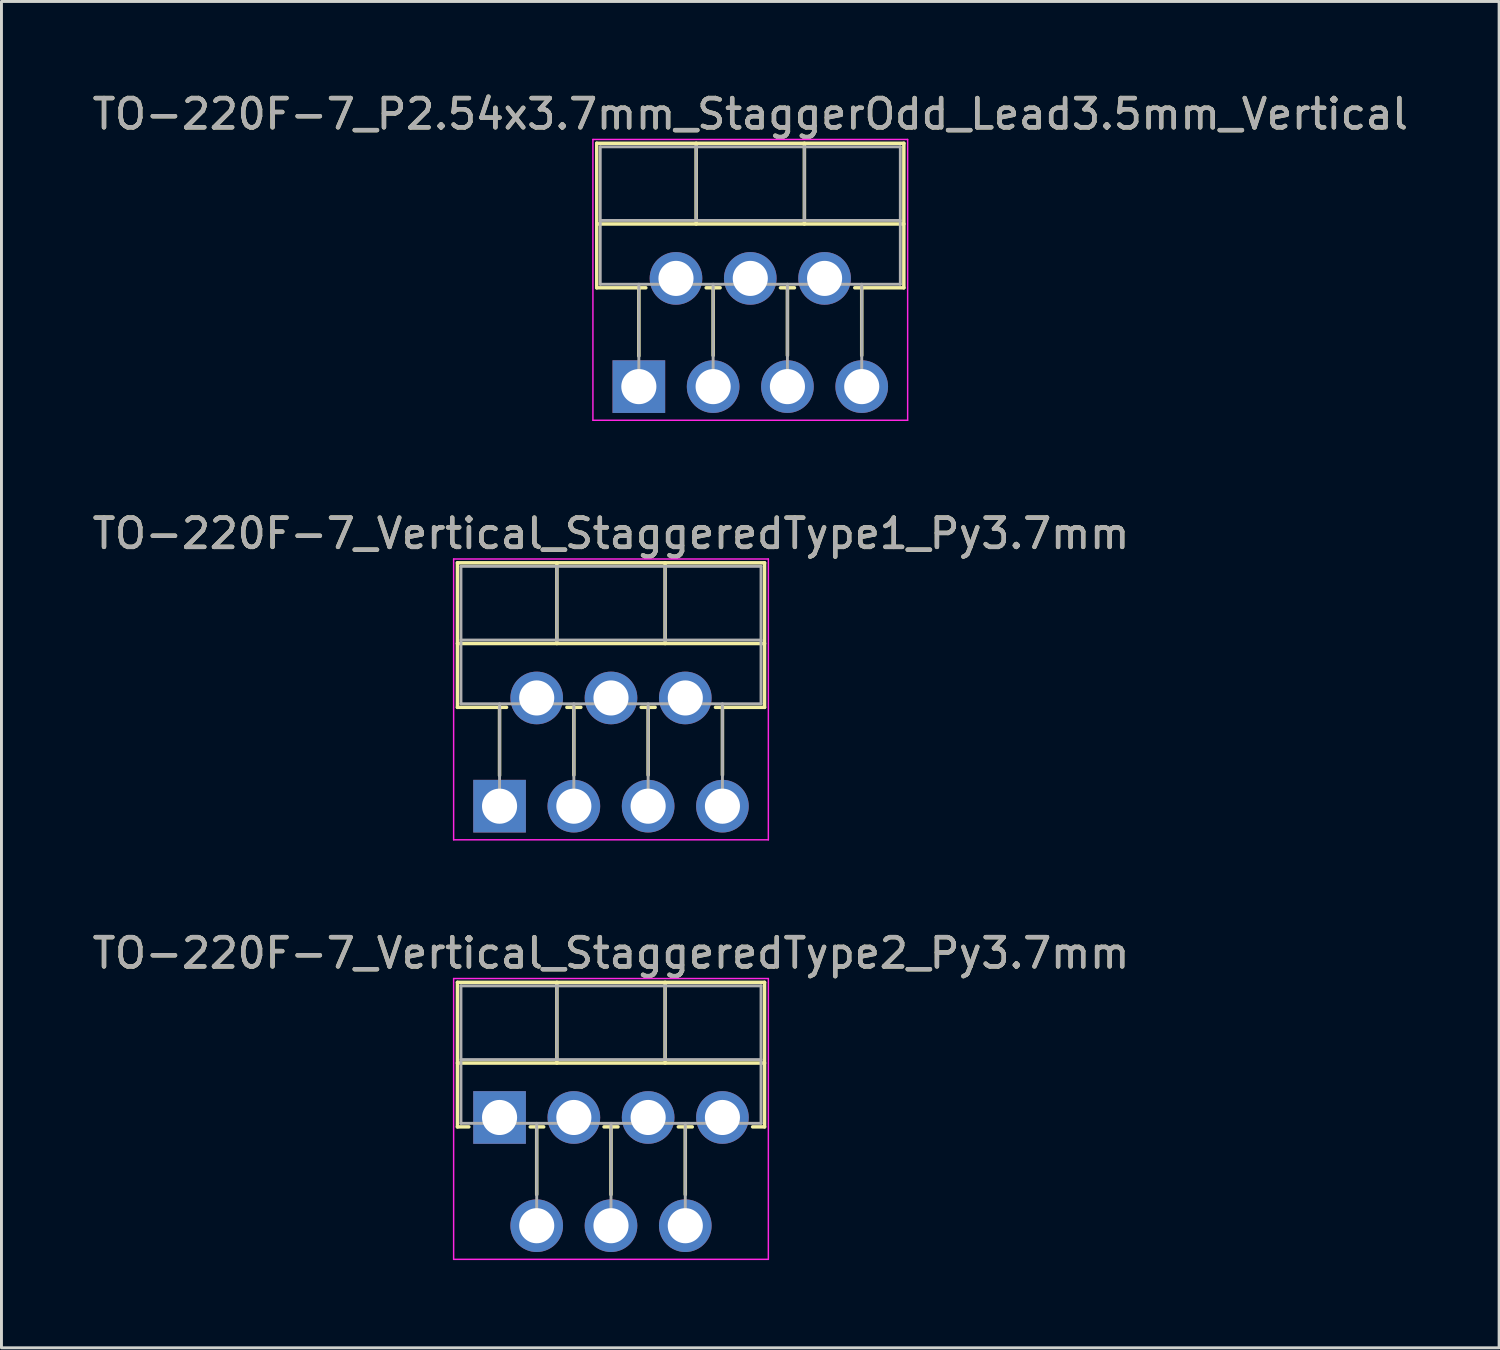
<source format=kicad_pcb>
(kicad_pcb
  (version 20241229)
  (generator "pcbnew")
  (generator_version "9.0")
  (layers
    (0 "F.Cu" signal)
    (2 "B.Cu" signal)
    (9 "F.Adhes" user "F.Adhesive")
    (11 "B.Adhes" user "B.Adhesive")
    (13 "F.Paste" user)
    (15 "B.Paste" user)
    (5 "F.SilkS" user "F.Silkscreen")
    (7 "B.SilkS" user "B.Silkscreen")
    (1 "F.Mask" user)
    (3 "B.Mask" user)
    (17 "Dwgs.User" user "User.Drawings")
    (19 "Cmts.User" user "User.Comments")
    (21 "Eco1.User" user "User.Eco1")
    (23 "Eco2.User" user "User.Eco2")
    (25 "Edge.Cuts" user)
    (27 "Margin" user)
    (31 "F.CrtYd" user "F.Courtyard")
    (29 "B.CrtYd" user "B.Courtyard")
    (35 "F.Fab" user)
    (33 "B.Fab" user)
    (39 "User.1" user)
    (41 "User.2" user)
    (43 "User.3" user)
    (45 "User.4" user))
  (footprint "TO-220F-7_Vertical_StaggeredType2_Py3.7mm"
    (layer "F.Cu")
    (at 14.029 35.155)
    (property "Reference" "TO-220F-7_Vertical_StaggeredType2_Py3.7mm" (at 3.81 -5.62 0) (layer "F.SilkS") (effects (font (size 1 1) (thickness 0.15))))
    (attr through_hole)
    (fp_line (start -1.44 -4.62) (end -1.44 0.321) (stroke (width 0.12) (type solid)) (layer "F.SilkS"))
    (fp_line (start -1.44 -4.62) (end 9.06 -4.62) (stroke (width 0.12) (type solid)) (layer "F.SilkS"))
    (fp_line (start -1.44 -1.861) (end 9.06 -1.861) (stroke (width 0.12) (type solid)) (layer "F.SilkS"))
    (fp_line (start -1.44 0.321) (end -1.05 0.321) (stroke (width 0.12) (type solid)) (layer "F.SilkS"))
    (fp_line (start 1.05 0.321) (end 1.509 0.321) (stroke (width 0.12) (type solid)) (layer "F.SilkS"))
    (fp_line (start 1.27 0.321) (end 1.27 2.635) (stroke (width 0.12) (type solid)) (layer "F.SilkS"))
    (fp_line (start 1.96 -4.62) (end 1.96 -1.861) (stroke (width 0.12) (type solid)) (layer "F.SilkS"))
    (fp_line (start 3.572 0.321) (end 4.049 0.321) (stroke (width 0.12) (type solid)) (layer "F.SilkS"))
    (fp_line (start 3.81 0.321) (end 3.81 2.635) (stroke (width 0.12) (type solid)) (layer "F.SilkS"))
    (fp_line (start 5.66 -4.62) (end 5.66 -1.861) (stroke (width 0.12) (type solid)) (layer "F.SilkS"))
    (fp_line (start 6.112 0.321) (end 6.589 0.321) (stroke (width 0.12) (type solid)) (layer "F.SilkS"))
    (fp_line (start 6.35 0.321) (end 6.35 2.635) (stroke (width 0.12) (type solid)) (layer "F.SilkS"))
    (fp_line (start 8.652 0.321) (end 9.06 0.321) (stroke (width 0.12) (type solid)) (layer "F.SilkS"))
    (fp_line (start 9.06 -4.62) (end 9.06 0.321) (stroke (width 0.12) (type solid)) (layer "F.SilkS"))
    (fp_line (start -1.57 -4.75) (end -1.57 4.85) (stroke (width 0.05) (type solid)) (layer "F.CrtYd"))
    (fp_line (start -1.57 4.85) (end 9.19 4.85) (stroke (width 0.05) (type solid)) (layer "F.CrtYd"))
    (fp_line (start 9.19 -4.75) (end -1.57 -4.75) (stroke (width 0.05) (type solid)) (layer "F.CrtYd"))
    (fp_line (start 9.19 4.85) (end 9.19 -4.75) (stroke (width 0.05) (type solid)) (layer "F.CrtYd"))
    (fp_line (start -1.32 -4.5) (end -1.32 0.2) (stroke (width 0.1) (type solid)) (layer "F.Fab"))
    (fp_line (start -1.32 -1.98) (end 8.94 -1.98) (stroke (width 0.1) (type solid)) (layer "F.Fab"))
    (fp_line (start -1.32 0.2) (end 8.94 0.2) (stroke (width 0.1) (type solid)) (layer "F.Fab"))
    (fp_line (start 1.27 0.2) (end 1.27 3.7) (stroke (width 0.1) (type solid)) (layer "F.Fab"))
    (fp_line (start 1.96 -4.5) (end 1.96 -1.98) (stroke (width 0.1) (type solid)) (layer "F.Fab"))
    (fp_line (start 3.81 0.2) (end 3.81 3.7) (stroke (width 0.1) (type solid)) (layer "F.Fab"))
    (fp_line (start 5.66 -4.5) (end 5.66 -1.98) (stroke (width 0.1) (type solid)) (layer "F.Fab"))
    (fp_line (start 6.35 0.2) (end 6.35 3.7) (stroke (width 0.1) (type solid)) (layer "F.Fab"))
    (fp_line (start 8.94 -4.5) (end -1.32 -4.5) (stroke (width 0.1) (type solid)) (layer "F.Fab"))
    (fp_line (start 8.94 0.2) (end 8.94 -4.5) (stroke (width 0.1) (type solid)) (layer "F.Fab"))
    (fp_text user "${REFERENCE}" (at 3.81 -5.62 0) (layer "F.Fab") (effects (font (size 1 1) (thickness 0.15))))
    (pad "1" thru_hole rect (at 0 0) (size 1.8 1.8) (drill 1.2) (layers "*.Cu" "*.Mask"))
    (pad "2" thru_hole oval (at 1.27 3.7) (size 1.8 1.8) (drill 1.2) (layers "*.Cu" "*.Mask"))
    (pad "3" thru_hole oval (at 2.54 0) (size 1.8 1.8) (drill 1.2) (layers "*.Cu" "*.Mask"))
    (pad "4" thru_hole oval (at 3.81 3.7) (size 1.8 1.8) (drill 1.2) (layers "*.Cu" "*.Mask"))
    (pad "5" thru_hole oval (at 5.08 0) (size 1.8 1.8) (drill 1.2) (layers "*.Cu" "*.Mask"))
    (pad "6" thru_hole oval (at 6.35 3.7) (size 1.8 1.8) (drill 1.2) (layers "*.Cu" "*.Mask"))
    (pad "7" thru_hole oval (at 7.62 0) (size 1.8 1.8) (drill 1.2) (layers "*.Cu" "*.Mask")))
  (footprint "TO-220F-7_P2.54x3.7mm_StaggerOdd_Lead3.5mm_Vertical"
    (layer "F.Cu")
    (at 18.791 10.168)
    (property "Reference" "TO-220F-7_P2.54x3.7mm_StaggerOdd_Lead3.5mm_Vertical" (at 3.81 -9.32 0) (layer "F.SilkS") (effects (font (size 1 1) (thickness 0.15))))
    (attr through_hole)
    (fp_line (start -1.44 -8.32) (end -1.44 -3.379) (stroke (width 0.12) (type solid)) (layer "F.SilkS"))
    (fp_line (start -1.44 -8.32) (end 9.06 -8.32) (stroke (width 0.12) (type solid)) (layer "F.SilkS"))
    (fp_line (start -1.44 -5.561) (end 9.06 -5.561) (stroke (width 0.12) (type solid)) (layer "F.SilkS"))
    (fp_line (start -1.44 -3.379) (end 0.239 -3.379) (stroke (width 0.12) (type solid)) (layer "F.SilkS"))
    (fp_line (start 0 -3.379) (end 0 -1.049) (stroke (width 0.12) (type solid)) (layer "F.SilkS"))
    (fp_line (start 1.96 -8.32) (end 1.96 -5.561) (stroke (width 0.12) (type solid)) (layer "F.SilkS"))
    (fp_line (start 2.302 -3.379) (end 2.779 -3.379) (stroke (width 0.12) (type solid)) (layer "F.SilkS"))
    (fp_line (start 2.54 -3.379) (end 2.54 -1.065) (stroke (width 0.12) (type solid)) (layer "F.SilkS"))
    (fp_line (start 4.842 -3.379) (end 5.319 -3.379) (stroke (width 0.12) (type solid)) (layer "F.SilkS"))
    (fp_line (start 5.08 -3.379) (end 5.08 -1.065) (stroke (width 0.12) (type solid)) (layer "F.SilkS"))
    (fp_line (start 5.66 -8.32) (end 5.66 -5.561) (stroke (width 0.12) (type solid)) (layer "F.SilkS"))
    (fp_line (start 7.382 -3.379) (end 9.06 -3.379) (stroke (width 0.12) (type solid)) (layer "F.SilkS"))
    (fp_line (start 7.62 -3.379) (end 7.62 -1.065) (stroke (width 0.12) (type solid)) (layer "F.SilkS"))
    (fp_line (start 9.06 -8.32) (end 9.06 -3.379) (stroke (width 0.12) (type solid)) (layer "F.SilkS"))
    (fp_line (start -1.57 -8.45) (end -1.57 1.15) (stroke (width 0.05) (type solid)) (layer "F.CrtYd"))
    (fp_line (start -1.57 1.15) (end 9.19 1.15) (stroke (width 0.05) (type solid)) (layer "F.CrtYd"))
    (fp_line (start 9.19 -8.45) (end -1.57 -8.45) (stroke (width 0.05) (type solid)) (layer "F.CrtYd"))
    (fp_line (start 9.19 1.15) (end 9.19 -8.45) (stroke (width 0.05) (type solid)) (layer "F.CrtYd"))
    (fp_line (start -1.32 -8.2) (end -1.32 -3.5) (stroke (width 0.1) (type solid)) (layer "F.Fab"))
    (fp_line (start -1.32 -5.68) (end 8.94 -5.68) (stroke (width 0.1) (type solid)) (layer "F.Fab"))
    (fp_line (start -1.32 -3.5) (end 8.94 -3.5) (stroke (width 0.1) (type solid)) (layer "F.Fab"))
    (fp_line (start 0 -3.5) (end 0 0) (stroke (width 0.1) (type solid)) (layer "F.Fab"))
    (fp_line (start 1.96 -8.2) (end 1.96 -5.68) (stroke (width 0.1) (type solid)) (layer "F.Fab"))
    (fp_line (start 2.54 -3.5) (end 2.54 0) (stroke (width 0.1) (type solid)) (layer "F.Fab"))
    (fp_line (start 5.08 -3.5) (end 5.08 0) (stroke (width 0.1) (type solid)) (layer "F.Fab"))
    (fp_line (start 5.66 -8.2) (end 5.66 -5.68) (stroke (width 0.1) (type solid)) (layer "F.Fab"))
    (fp_line (start 7.62 -3.5) (end 7.62 0) (stroke (width 0.1) (type solid)) (layer "F.Fab"))
    (fp_line (start 8.94 -8.2) (end -1.32 -8.2) (stroke (width 0.1) (type solid)) (layer "F.Fab"))
    (fp_line (start 8.94 -3.5) (end 8.94 -8.2) (stroke (width 0.1) (type solid)) (layer "F.Fab"))
    (fp_text user "${REFERENCE}" (at 3.81 -9.32 0) (layer "F.Fab") (effects (font (size 1 1) (thickness 0.15))))
    (pad "1" thru_hole rect (at 0 0) (size 1.8 1.8) (drill 1.2) (layers "*.Cu" "*.Mask"))
    (pad "2" thru_hole oval (at 1.27 -3.7) (size 1.8 1.8) (drill 1.2) (layers "*.Cu" "*.Mask"))
    (pad "3" thru_hole oval (at 2.54 0) (size 1.8 1.8) (drill 1.2) (layers "*.Cu" "*.Mask"))
    (pad "4" thru_hole oval (at 3.81 -3.7) (size 1.8 1.8) (drill 1.2) (layers "*.Cu" "*.Mask"))
    (pad "5" thru_hole oval (at 5.08 0) (size 1.8 1.8) (drill 1.2) (layers "*.Cu" "*.Mask"))
    (pad "6" thru_hole oval (at 6.35 -3.7) (size 1.8 1.8) (drill 1.2) (layers "*.Cu" "*.Mask"))
    (pad "7" thru_hole oval (at 7.62 0) (size 1.8 1.8) (drill 1.2) (layers "*.Cu" "*.Mask")))
  (footprint "TO-220F-7_Vertical_StaggeredType1_Py3.7mm"
    (layer "F.Cu")
    (at 14.029 24.512)
    (property "Reference" "TO-220F-7_Vertical_StaggeredType1_Py3.7mm" (at 3.81 -9.32 0) (layer "F.SilkS") (effects (font (size 1 1) (thickness 0.15))))
    (attr through_hole)
    (fp_line (start -1.44 -8.32) (end -1.44 -3.379) (stroke (width 0.12) (type solid)) (layer "F.SilkS"))
    (fp_line (start -1.44 -8.32) (end 9.06 -8.32) (stroke (width 0.12) (type solid)) (layer "F.SilkS"))
    (fp_line (start -1.44 -5.561) (end 9.06 -5.561) (stroke (width 0.12) (type solid)) (layer "F.SilkS"))
    (fp_line (start -1.44 -3.379) (end 0.239 -3.379) (stroke (width 0.12) (type solid)) (layer "F.SilkS"))
    (fp_line (start 0 -3.379) (end 0 -1.049) (stroke (width 0.12) (type solid)) (layer "F.SilkS"))
    (fp_line (start 1.96 -8.32) (end 1.96 -5.561) (stroke (width 0.12) (type solid)) (layer "F.SilkS"))
    (fp_line (start 2.302 -3.379) (end 2.779 -3.379) (stroke (width 0.12) (type solid)) (layer "F.SilkS"))
    (fp_line (start 2.54 -3.379) (end 2.54 -1.065) (stroke (width 0.12) (type solid)) (layer "F.SilkS"))
    (fp_line (start 4.842 -3.379) (end 5.319 -3.379) (stroke (width 0.12) (type solid)) (layer "F.SilkS"))
    (fp_line (start 5.08 -3.379) (end 5.08 -1.065) (stroke (width 0.12) (type solid)) (layer "F.SilkS"))
    (fp_line (start 5.66 -8.32) (end 5.66 -5.561) (stroke (width 0.12) (type solid)) (layer "F.SilkS"))
    (fp_line (start 7.382 -3.379) (end 9.06 -3.379) (stroke (width 0.12) (type solid)) (layer "F.SilkS"))
    (fp_line (start 7.62 -3.379) (end 7.62 -1.065) (stroke (width 0.12) (type solid)) (layer "F.SilkS"))
    (fp_line (start 9.06 -8.32) (end 9.06 -3.379) (stroke (width 0.12) (type solid)) (layer "F.SilkS"))
    (fp_line (start -1.57 -8.45) (end -1.57 1.15) (stroke (width 0.05) (type solid)) (layer "F.CrtYd"))
    (fp_line (start -1.57 1.15) (end 9.19 1.15) (stroke (width 0.05) (type solid)) (layer "F.CrtYd"))
    (fp_line (start 9.19 -8.45) (end -1.57 -8.45) (stroke (width 0.05) (type solid)) (layer "F.CrtYd"))
    (fp_line (start 9.19 1.15) (end 9.19 -8.45) (stroke (width 0.05) (type solid)) (layer "F.CrtYd"))
    (fp_line (start -1.32 -8.2) (end -1.32 -3.5) (stroke (width 0.1) (type solid)) (layer "F.Fab"))
    (fp_line (start -1.32 -5.68) (end 8.94 -5.68) (stroke (width 0.1) (type solid)) (layer "F.Fab"))
    (fp_line (start -1.32 -3.5) (end 8.94 -3.5) (stroke (width 0.1) (type solid)) (layer "F.Fab"))
    (fp_line (start 0 -3.5) (end 0 0) (stroke (width 0.1) (type solid)) (layer "F.Fab"))
    (fp_line (start 1.96 -8.2) (end 1.96 -5.68) (stroke (width 0.1) (type solid)) (layer "F.Fab"))
    (fp_line (start 2.54 -3.5) (end 2.54 0) (stroke (width 0.1) (type solid)) (layer "F.Fab"))
    (fp_line (start 5.08 -3.5) (end 5.08 0) (stroke (width 0.1) (type solid)) (layer "F.Fab"))
    (fp_line (start 5.66 -8.2) (end 5.66 -5.68) (stroke (width 0.1) (type solid)) (layer "F.Fab"))
    (fp_line (start 7.62 -3.5) (end 7.62 0) (stroke (width 0.1) (type solid)) (layer "F.Fab"))
    (fp_line (start 8.94 -8.2) (end -1.32 -8.2) (stroke (width 0.1) (type solid)) (layer "F.Fab"))
    (fp_line (start 8.94 -3.5) (end 8.94 -8.2) (stroke (width 0.1) (type solid)) (layer "F.Fab"))
    (fp_text user "${REFERENCE}" (at 3.81 -9.32 0) (layer "F.Fab") (effects (font (size 1 1) (thickness 0.15))))
    (pad "1" thru_hole rect (at 0 0) (size 1.8 1.8) (drill 1.2) (layers "*.Cu" "*.Mask"))
    (pad "2" thru_hole oval (at 1.27 -3.7) (size 1.8 1.8) (drill 1.2) (layers "*.Cu" "*.Mask"))
    (pad "3" thru_hole oval (at 2.54 0) (size 1.8 1.8) (drill 1.2) (layers "*.Cu" "*.Mask"))
    (pad "4" thru_hole oval (at 3.81 -3.7) (size 1.8 1.8) (drill 1.2) (layers "*.Cu" "*.Mask"))
    (pad "5" thru_hole oval (at 5.08 0) (size 1.8 1.8) (drill 1.2) (layers "*.Cu" "*.Mask"))
    (pad "6" thru_hole oval (at 6.35 -3.7) (size 1.8 1.8) (drill 1.2) (layers "*.Cu" "*.Mask"))
    (pad "7" thru_hole oval (at 7.62 0) (size 1.8 1.8) (drill 1.2) (layers "*.Cu" "*.Mask")))
  (gr_rect
    (start -3 -3)
    (end 48.202 43.03)
    (stroke (width 0.1) (type default))
    (fill no)
    (layer "Edge.Cuts")))
</source>
